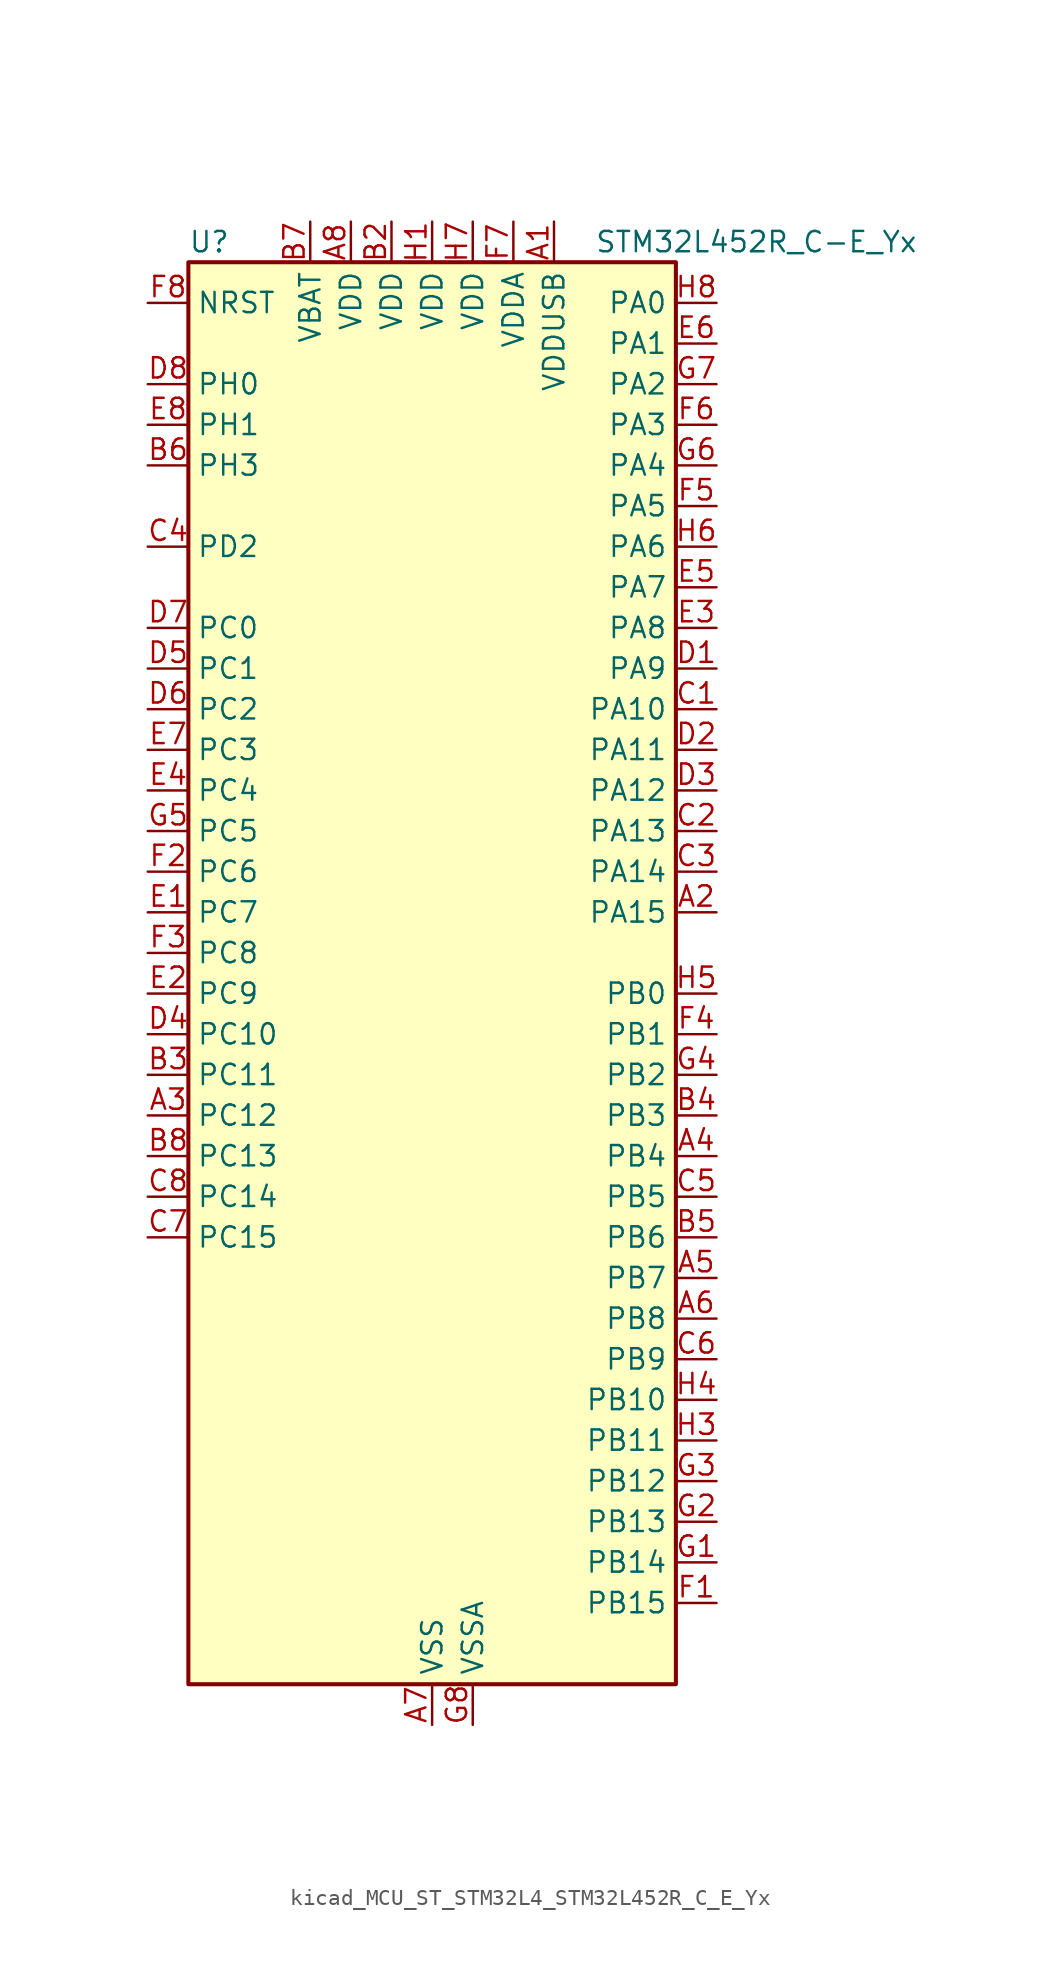
<source format=kicad_sym>
(kicad_symbol_lib
  (version 20220914)
  (generator kicad_symbol_editor)
  (symbol "kicad_MCU_ST_STM32L4_STM32L452R_C_E_Yx"
    (property "Reference" "U"
      (at -15.24 46.99 0)
      (effects (font (size 1.27 1.27)) (justify left)))
    (property "Value" "STM32L452R_C-E_Yx"
      (at 10.16 46.99 0)
      (effects (font (size 1.27 1.27)) (justify left)))
    (property "ki_locked" ""
      (at 0 0 0)
      (effects (font (size 1.27 1.27))))
    (symbol "kicad_MCU_ST_STM32L4_STM32L452R_C_E_Yx_0_1"
      (rectangle (start -15.24 -43.18) (end 15.24 45.72) (stroke (width 0.254) (type default)) (fill (type background))))
    (symbol "kicad_MCU_ST_STM32L4_STM32L452R_C_E_Yx_1_1"
      (pin power_in line (at 7.62 48.26 270) (length 2.54) (name "VDDUSB" (effects (font (size 1.27 1.27)))) (number "A1" (effects (font (size 1.27 1.27)))))
      (pin bidirectional line (at 17.78 5.08 180) (length 2.54) (name "PA15" (effects (font (size 1.27 1.27)))) (number "A2" (effects (font (size 1.27 1.27)))) (alternate "ADC1_EXTI15" bidirectional line) (alternate "SPI1_NSS" bidirectional line) (alternate "SPI3_NSS" bidirectional line) (alternate "SYS_JTDI" bidirectional line) (alternate "TIM2_CH1" bidirectional line) (alternate "TIM2_ETR" bidirectional line) (alternate "TSC_G3_IO1" bidirectional line) (alternate "UART4_DE" bidirectional line) (alternate "UART4_RTS" bidirectional line) (alternate "USART2_RX" bidirectional line) (alternate "USART3_DE" bidirectional line) (alternate "USART3_RTS" bidirectional line))
      (pin bidirectional line (at -17.78 -7.62 0) (length 2.54) (name "PC12" (effects (font (size 1.27 1.27)))) (number "A3" (effects (font (size 1.27 1.27)))) (alternate "SDMMC1_CK" bidirectional line) (alternate "SPI3_MOSI" bidirectional line) (alternate "SYS_TRACED3" bidirectional line) (alternate "TSC_G3_IO4" bidirectional line) (alternate "USART3_CK" bidirectional line))
      (pin bidirectional line (at 17.78 -10.16 180) (length 2.54) (name "PB4" (effects (font (size 1.27 1.27)))) (number "A4" (effects (font (size 1.27 1.27)))) (alternate "COMP2_INP" bidirectional line) (alternate "I2C3_SDA" bidirectional line) (alternate "SAI1_MCLK_B" bidirectional line) (alternate "SPI1_MISO" bidirectional line) (alternate "SPI3_MISO" bidirectional line) (alternate "SYS_JTRST" bidirectional line) (alternate "TIM3_CH1" bidirectional line) (alternate "TSC_G2_IO1" bidirectional line) (alternate "USART1_CTS" bidirectional line))
      (pin bidirectional line (at 17.78 -17.78 180) (length 2.54) (name "PB7" (effects (font (size 1.27 1.27)))) (number "A5" (effects (font (size 1.27 1.27)))) (alternate "COMP2_INM" bidirectional line) (alternate "I2C1_SDA" bidirectional line) (alternate "I2C4_SDA" bidirectional line) (alternate "LPTIM1_IN2" bidirectional line) (alternate "SYS_PVD_IN" bidirectional line) (alternate "TSC_G2_IO4" bidirectional line) (alternate "UART4_CTS" bidirectional line) (alternate "USART1_RX" bidirectional line))
      (pin bidirectional line (at 17.78 -20.32 180) (length 2.54) (name "PB8" (effects (font (size 1.27 1.27)))) (number "A6" (effects (font (size 1.27 1.27)))) (alternate "CAN1_RX" bidirectional line) (alternate "I2C1_SCL" bidirectional line) (alternate "SAI1_MCLK_A" bidirectional line) (alternate "SDMMC1_D4" bidirectional line) (alternate "TIM16_CH1" bidirectional line))
      (pin power_in line (at 0 -45.72 90) (length 2.54) (name "VSS" (effects (font (size 1.27 1.27)))) (number "A7" (effects (font (size 1.27 1.27)))))
      (pin power_in line (at -5.08 48.26 270) (length 2.54) (name "VDD" (effects (font (size 1.27 1.27)))) (number "A8" (effects (font (size 1.27 1.27)))))
      (pin passive line (at 0 -45.72 90) (length 2.54) hide (name "VSS" (effects (font (size 1.27 1.27)))) (number "B1" (effects (font (size 1.27 1.27)))))
      (pin power_in line (at -2.54 48.26 270) (length 2.54) (name "VDD" (effects (font (size 1.27 1.27)))) (number "B2" (effects (font (size 1.27 1.27)))))
      (pin bidirectional line (at -17.78 -5.08 0) (length 2.54) (name "PC11" (effects (font (size 1.27 1.27)))) (number "B3" (effects (font (size 1.27 1.27)))) (alternate "ADC1_EXTI11" bidirectional line) (alternate "SDMMC1_D3" bidirectional line) (alternate "SPI3_MISO" bidirectional line) (alternate "TSC_G3_IO3" bidirectional line) (alternate "UART4_RX" bidirectional line) (alternate "USART3_RX" bidirectional line))
      (pin bidirectional line (at 17.78 -7.62 180) (length 2.54) (name "PB3" (effects (font (size 1.27 1.27)))) (number "B4" (effects (font (size 1.27 1.27)))) (alternate "COMP2_INM" bidirectional line) (alternate "SAI1_SCK_B" bidirectional line) (alternate "SPI1_SCK" bidirectional line) (alternate "SPI3_SCK" bidirectional line) (alternate "SYS_JTDO-SWO" bidirectional line) (alternate "TIM2_CH2" bidirectional line) (alternate "USART1_DE" bidirectional line) (alternate "USART1_RTS" bidirectional line))
      (pin bidirectional line (at 17.78 -15.24 180) (length 2.54) (name "PB6" (effects (font (size 1.27 1.27)))) (number "B5" (effects (font (size 1.27 1.27)))) (alternate "CAN1_TX" bidirectional line) (alternate "COMP2_INP" bidirectional line) (alternate "I2C1_SCL" bidirectional line) (alternate "I2C4_SCL" bidirectional line) (alternate "LPTIM1_ETR" bidirectional line) (alternate "SAI1_FS_B" bidirectional line) (alternate "TIM16_CH1N" bidirectional line) (alternate "TSC_G2_IO3" bidirectional line) (alternate "USART1_TX" bidirectional line))
      (pin bidirectional line (at -17.78 33.02 0) (length 2.54) (name "PH3" (effects (font (size 1.27 1.27)))) (number "B6" (effects (font (size 1.27 1.27)))))
      (pin power_in line (at -7.62 48.26 270) (length 2.54) (name "VBAT" (effects (font (size 1.27 1.27)))) (number "B7" (effects (font (size 1.27 1.27)))))
      (pin bidirectional line (at -17.78 -10.16 0) (length 2.54) (name "PC13" (effects (font (size 1.27 1.27)))) (number "B8" (effects (font (size 1.27 1.27)))) (alternate "RTC_OUT_ALARM" bidirectional line) (alternate "RTC_OUT_CALIB" bidirectional line) (alternate "RTC_TAMP1" bidirectional line) (alternate "RTC_TS" bidirectional line) (alternate "SYS_WKUP2" bidirectional line))
      (pin bidirectional line (at 17.78 17.78 180) (length 2.54) (name "PA10" (effects (font (size 1.27 1.27)))) (number "C1" (effects (font (size 1.27 1.27)))) (alternate "CRS_SYNC" bidirectional line) (alternate "I2C1_SDA" bidirectional line) (alternate "SAI1_SD_A" bidirectional line) (alternate "TIM1_CH3" bidirectional line) (alternate "USART1_RX" bidirectional line))
      (pin bidirectional line (at 17.78 10.16 180) (length 2.54) (name "PA13" (effects (font (size 1.27 1.27)))) (number "C2" (effects (font (size 1.27 1.27)))) (alternate "IR_OUT" bidirectional line) (alternate "SAI1_SD_B" bidirectional line) (alternate "SYS_JTMS-SWDIO" bidirectional line) (alternate "USB_NOE" bidirectional line))
      (pin bidirectional line (at 17.78 7.62 180) (length 2.54) (name "PA14" (effects (font (size 1.27 1.27)))) (number "C3" (effects (font (size 1.27 1.27)))) (alternate "I2C1_SMBA" bidirectional line) (alternate "I2C4_SMBA" bidirectional line) (alternate "LPTIM1_OUT" bidirectional line) (alternate "SAI1_FS_B" bidirectional line) (alternate "SYS_JTCK-SWCLK" bidirectional line))
      (pin bidirectional line (at -17.78 27.94 0) (length 2.54) (name "PD2" (effects (font (size 1.27 1.27)))) (number "C4" (effects (font (size 1.27 1.27)))) (alternate "SDMMC1_CMD" bidirectional line) (alternate "SYS_TRACED2" bidirectional line) (alternate "TIM3_ETR" bidirectional line) (alternate "TSC_SYNC" bidirectional line) (alternate "USART3_DE" bidirectional line) (alternate "USART3_RTS" bidirectional line))
      (pin bidirectional line (at 17.78 -12.7 180) (length 2.54) (name "PB5" (effects (font (size 1.27 1.27)))) (number "C5" (effects (font (size 1.27 1.27)))) (alternate "CAN1_RX" bidirectional line) (alternate "COMP2_OUT" bidirectional line) (alternate "I2C1_SMBA" bidirectional line) (alternate "LPTIM1_IN1" bidirectional line) (alternate "SAI1_SD_B" bidirectional line) (alternate "SPI1_MOSI" bidirectional line) (alternate "SPI3_MOSI" bidirectional line) (alternate "TIM16_BKIN" bidirectional line) (alternate "TIM3_CH2" bidirectional line) (alternate "TSC_G2_IO2" bidirectional line) (alternate "USART1_CK" bidirectional line))
      (pin bidirectional line (at 17.78 -22.86 180) (length 2.54) (name "PB9" (effects (font (size 1.27 1.27)))) (number "C6" (effects (font (size 1.27 1.27)))) (alternate "CAN1_TX" bidirectional line) (alternate "DAC1_EXTI9" bidirectional line) (alternate "I2C1_SDA" bidirectional line) (alternate "IR_OUT" bidirectional line) (alternate "SAI1_FS_A" bidirectional line) (alternate "SDMMC1_D5" bidirectional line) (alternate "SPI2_NSS" bidirectional line))
      (pin bidirectional line (at -17.78 -15.24 0) (length 2.54) (name "PC15" (effects (font (size 1.27 1.27)))) (number "C7" (effects (font (size 1.27 1.27)))) (alternate "ADC1_EXTI15" bidirectional line) (alternate "RCC_OSC32_OUT" bidirectional line))
      (pin bidirectional line (at -17.78 -12.7 0) (length 2.54) (name "PC14" (effects (font (size 1.27 1.27)))) (number "C8" (effects (font (size 1.27 1.27)))) (alternate "RCC_OSC32_IN" bidirectional line))
      (pin bidirectional line (at 17.78 20.32 180) (length 2.54) (name "PA9" (effects (font (size 1.27 1.27)))) (number "D1" (effects (font (size 1.27 1.27)))) (alternate "DAC1_EXTI9" bidirectional line) (alternate "DFSDM1_DATIN1" bidirectional line) (alternate "I2C1_SCL" bidirectional line) (alternate "SAI1_FS_A" bidirectional line) (alternate "TIM15_BKIN" bidirectional line) (alternate "TIM1_CH2" bidirectional line) (alternate "USART1_TX" bidirectional line))
      (pin bidirectional line (at 17.78 15.24 180) (length 2.54) (name "PA11" (effects (font (size 1.27 1.27)))) (number "D2" (effects (font (size 1.27 1.27)))) (alternate "ADC1_EXTI11" bidirectional line) (alternate "CAN1_RX" bidirectional line) (alternate "COMP1_OUT" bidirectional line) (alternate "SPI1_MISO" bidirectional line) (alternate "TIM1_BKIN2" bidirectional line) (alternate "TIM1_BKIN2_COMP1" bidirectional line) (alternate "TIM1_CH4" bidirectional line) (alternate "USART1_CTS" bidirectional line) (alternate "USB_DM" bidirectional line))
      (pin bidirectional line (at 17.78 12.7 180) (length 2.54) (name "PA12" (effects (font (size 1.27 1.27)))) (number "D3" (effects (font (size 1.27 1.27)))) (alternate "CAN1_TX" bidirectional line) (alternate "SPI1_MOSI" bidirectional line) (alternate "TIM1_ETR" bidirectional line) (alternate "USART1_DE" bidirectional line) (alternate "USART1_RTS" bidirectional line) (alternate "USB_DP" bidirectional line))
      (pin bidirectional line (at -17.78 -2.54 0) (length 2.54) (name "PC10" (effects (font (size 1.27 1.27)))) (number "D4" (effects (font (size 1.27 1.27)))) (alternate "SDMMC1_D2" bidirectional line) (alternate "SPI3_SCK" bidirectional line) (alternate "SYS_TRACED1" bidirectional line) (alternate "TSC_G3_IO2" bidirectional line) (alternate "UART4_TX" bidirectional line) (alternate "USART3_TX" bidirectional line))
      (pin bidirectional line (at -17.78 20.32 0) (length 2.54) (name "PC1" (effects (font (size 1.27 1.27)))) (number "D5" (effects (font (size 1.27 1.27)))) (alternate "ADC1_IN2" bidirectional line) (alternate "I2C3_SDA" bidirectional line) (alternate "I2C4_SDA" bidirectional line) (alternate "LPTIM1_OUT" bidirectional line) (alternate "LPUART1_TX" bidirectional line) (alternate "SYS_TRACED0" bidirectional line))
      (pin bidirectional line (at -17.78 17.78 0) (length 2.54) (name "PC2" (effects (font (size 1.27 1.27)))) (number "D6" (effects (font (size 1.27 1.27)))) (alternate "ADC1_IN3" bidirectional line) (alternate "DFSDM1_CKOUT" bidirectional line) (alternate "LPTIM1_IN2" bidirectional line) (alternate "SPI2_MISO" bidirectional line))
      (pin bidirectional line (at -17.78 22.86 0) (length 2.54) (name "PC0" (effects (font (size 1.27 1.27)))) (number "D7" (effects (font (size 1.27 1.27)))) (alternate "ADC1_IN1" bidirectional line) (alternate "I2C3_SCL" bidirectional line) (alternate "I2C4_SCL" bidirectional line) (alternate "LPTIM1_IN1" bidirectional line) (alternate "LPTIM2_IN1" bidirectional line) (alternate "LPUART1_RX" bidirectional line))
      (pin bidirectional line (at -17.78 38.1 0) (length 2.54) (name "PH0" (effects (font (size 1.27 1.27)))) (number "D8" (effects (font (size 1.27 1.27)))) (alternate "RCC_OSC_IN" bidirectional line))
      (pin bidirectional line (at -17.78 5.08 0) (length 2.54) (name "PC7" (effects (font (size 1.27 1.27)))) (number "E1" (effects (font (size 1.27 1.27)))) (alternate "DFSDM1_DATIN3" bidirectional line) (alternate "SDMMC1_D7" bidirectional line) (alternate "TIM3_CH2" bidirectional line) (alternate "TSC_G4_IO2" bidirectional line))
      (pin bidirectional line (at -17.78 0 0) (length 2.54) (name "PC9" (effects (font (size 1.27 1.27)))) (number "E2" (effects (font (size 1.27 1.27)))) (alternate "DAC1_EXTI9" bidirectional line) (alternate "SDMMC1_D1" bidirectional line) (alternate "TIM3_CH4" bidirectional line) (alternate "TSC_G4_IO4" bidirectional line) (alternate "USB_NOE" bidirectional line))
      (pin bidirectional line (at 17.78 22.86 180) (length 2.54) (name "PA8" (effects (font (size 1.27 1.27)))) (number "E3" (effects (font (size 1.27 1.27)))) (alternate "DFSDM1_CKIN1" bidirectional line) (alternate "LPTIM2_OUT" bidirectional line) (alternate "RCC_MCO" bidirectional line) (alternate "SAI1_SCK_A" bidirectional line) (alternate "TIM1_CH1" bidirectional line) (alternate "USART1_CK" bidirectional line))
      (pin bidirectional line (at -17.78 12.7 0) (length 2.54) (name "PC4" (effects (font (size 1.27 1.27)))) (number "E4" (effects (font (size 1.27 1.27)))) (alternate "ADC1_IN13" bidirectional line) (alternate "COMP1_INM" bidirectional line) (alternate "USART3_TX" bidirectional line))
      (pin bidirectional line (at 17.78 25.4 180) (length 2.54) (name "PA7" (effects (font (size 1.27 1.27)))) (number "E5" (effects (font (size 1.27 1.27)))) (alternate "ADC1_IN12" bidirectional line) (alternate "COMP2_OUT" bidirectional line) (alternate "DFSDM1_DATIN0" bidirectional line) (alternate "I2C3_SCL" bidirectional line) (alternate "QUADSPI_BK1_IO2" bidirectional line) (alternate "SPI1_MOSI" bidirectional line) (alternate "TIM1_CH1N" bidirectional line) (alternate "TIM3_CH2" bidirectional line))
      (pin bidirectional line (at 17.78 40.64 180) (length 2.54) (name "PA1" (effects (font (size 1.27 1.27)))) (number "E6" (effects (font (size 1.27 1.27)))) (alternate "ADC1_IN6" bidirectional line) (alternate "COMP1_INP" bidirectional line) (alternate "I2C1_SMBA" bidirectional line) (alternate "OPAMP1_VINM" bidirectional line) (alternate "SPI1_SCK" bidirectional line) (alternate "TIM15_CH1N" bidirectional line) (alternate "TIM2_CH2" bidirectional line) (alternate "UART4_RX" bidirectional line) (alternate "USART2_DE" bidirectional line) (alternate "USART2_RTS" bidirectional line))
      (pin bidirectional line (at -17.78 15.24 0) (length 2.54) (name "PC3" (effects (font (size 1.27 1.27)))) (number "E7" (effects (font (size 1.27 1.27)))) (alternate "ADC1_IN4" bidirectional line) (alternate "LPTIM1_ETR" bidirectional line) (alternate "LPTIM2_ETR" bidirectional line) (alternate "SAI1_SD_A" bidirectional line) (alternate "SPI2_MOSI" bidirectional line))
      (pin bidirectional line (at -17.78 35.56 0) (length 2.54) (name "PH1" (effects (font (size 1.27 1.27)))) (number "E8" (effects (font (size 1.27 1.27)))) (alternate "RCC_OSC_OUT" bidirectional line))
      (pin bidirectional line (at 17.78 -38.1 180) (length 2.54) (name "PB15" (effects (font (size 1.27 1.27)))) (number "F1" (effects (font (size 1.27 1.27)))) (alternate "ADC1_EXTI15" bidirectional line) (alternate "DFSDM1_CKIN2" bidirectional line) (alternate "RTC_REFIN" bidirectional line) (alternate "SAI1_SD_A" bidirectional line) (alternate "SPI2_MOSI" bidirectional line) (alternate "TIM15_CH2" bidirectional line) (alternate "TIM1_CH3N" bidirectional line) (alternate "TSC_G1_IO4" bidirectional line))
      (pin bidirectional line (at -17.78 7.62 0) (length 2.54) (name "PC6" (effects (font (size 1.27 1.27)))) (number "F2" (effects (font (size 1.27 1.27)))) (alternate "DFSDM1_CKIN3" bidirectional line) (alternate "SDMMC1_D6" bidirectional line) (alternate "TIM3_CH1" bidirectional line) (alternate "TSC_G4_IO1" bidirectional line))
      (pin bidirectional line (at -17.78 2.54 0) (length 2.54) (name "PC8" (effects (font (size 1.27 1.27)))) (number "F3" (effects (font (size 1.27 1.27)))) (alternate "SDMMC1_D0" bidirectional line) (alternate "TIM3_CH3" bidirectional line) (alternate "TSC_G4_IO3" bidirectional line))
      (pin bidirectional line (at 17.78 -2.54 180) (length 2.54) (name "PB1" (effects (font (size 1.27 1.27)))) (number "F4" (effects (font (size 1.27 1.27)))) (alternate "ADC1_IN16" bidirectional line) (alternate "COMP1_INM" bidirectional line) (alternate "DFSDM1_DATIN0" bidirectional line) (alternate "LPTIM2_IN1" bidirectional line) (alternate "LPUART1_DE" bidirectional line) (alternate "LPUART1_RTS" bidirectional line) (alternate "QUADSPI_BK1_IO0" bidirectional line) (alternate "TIM1_CH3N" bidirectional line) (alternate "TIM3_CH4" bidirectional line) (alternate "USART3_DE" bidirectional line) (alternate "USART3_RTS" bidirectional line))
      (pin bidirectional line (at 17.78 30.48 180) (length 2.54) (name "PA5" (effects (font (size 1.27 1.27)))) (number "F5" (effects (font (size 1.27 1.27)))) (alternate "ADC1_IN10" bidirectional line) (alternate "COMP1_INM" bidirectional line) (alternate "COMP2_INM" bidirectional line) (alternate "DFSDM1_CKOUT" bidirectional line) (alternate "LPTIM2_ETR" bidirectional line) (alternate "SPI1_SCK" bidirectional line) (alternate "TIM2_CH1" bidirectional line) (alternate "TIM2_ETR" bidirectional line))
      (pin bidirectional line (at 17.78 35.56 180) (length 2.54) (name "PA3" (effects (font (size 1.27 1.27)))) (number "F6" (effects (font (size 1.27 1.27)))) (alternate "ADC1_IN8" bidirectional line) (alternate "COMP2_INP" bidirectional line) (alternate "LPUART1_RX" bidirectional line) (alternate "OPAMP1_VOUT" bidirectional line) (alternate "QUADSPI_CLK" bidirectional line) (alternate "SAI1_MCLK_A" bidirectional line) (alternate "TIM15_CH2" bidirectional line) (alternate "TIM2_CH4" bidirectional line) (alternate "USART2_RX" bidirectional line))
      (pin power_in line (at 5.08 48.26 270) (length 2.54) (name "VDDA" (effects (font (size 1.27 1.27)))) (number "F7" (effects (font (size 1.27 1.27)))))
      (pin input line (at -17.78 43.18 0) (length 2.54) (name "NRST" (effects (font (size 1.27 1.27)))) (number "F8" (effects (font (size 1.27 1.27)))))
      (pin bidirectional line (at 17.78 -35.56 180) (length 2.54) (name "PB14" (effects (font (size 1.27 1.27)))) (number "G1" (effects (font (size 1.27 1.27)))) (alternate "DFSDM1_DATIN2" bidirectional line) (alternate "I2C2_SDA" bidirectional line) (alternate "SAI1_MCLK_A" bidirectional line) (alternate "SPI2_MISO" bidirectional line) (alternate "TIM15_CH1" bidirectional line) (alternate "TIM1_CH2N" bidirectional line) (alternate "TSC_G1_IO3" bidirectional line) (alternate "USART3_DE" bidirectional line) (alternate "USART3_RTS" bidirectional line))
      (pin bidirectional line (at 17.78 -33.02 180) (length 2.54) (name "PB13" (effects (font (size 1.27 1.27)))) (number "G2" (effects (font (size 1.27 1.27)))) (alternate "CAN1_TX" bidirectional line) (alternate "DFSDM1_CKIN1" bidirectional line) (alternate "I2C2_SCL" bidirectional line) (alternate "LPUART1_CTS" bidirectional line) (alternate "SAI1_SCK_A" bidirectional line) (alternate "SPI2_SCK" bidirectional line) (alternate "TIM15_CH1N" bidirectional line) (alternate "TIM1_CH1N" bidirectional line) (alternate "TSC_G1_IO2" bidirectional line) (alternate "USART3_CTS" bidirectional line))
      (pin bidirectional line (at 17.78 -30.48 180) (length 2.54) (name "PB12" (effects (font (size 1.27 1.27)))) (number "G3" (effects (font (size 1.27 1.27)))) (alternate "CAN1_RX" bidirectional line) (alternate "DFSDM1_DATIN1" bidirectional line) (alternate "I2C2_SMBA" bidirectional line) (alternate "LPUART1_DE" bidirectional line) (alternate "LPUART1_RTS" bidirectional line) (alternate "SAI1_FS_A" bidirectional line) (alternate "SPI2_NSS" bidirectional line) (alternate "TIM15_BKIN" bidirectional line) (alternate "TIM1_BKIN" bidirectional line) (alternate "TIM1_BKIN_COMP2" bidirectional line) (alternate "TSC_G1_IO1" bidirectional line) (alternate "USART3_CK" bidirectional line))
      (pin bidirectional line (at 17.78 -5.08 180) (length 2.54) (name "PB2" (effects (font (size 1.27 1.27)))) (number "G4" (effects (font (size 1.27 1.27)))) (alternate "COMP1_INP" bidirectional line) (alternate "DFSDM1_CKIN0" bidirectional line) (alternate "I2C3_SMBA" bidirectional line) (alternate "LPTIM1_OUT" bidirectional line) (alternate "RTC_OUT_ALARM" bidirectional line) (alternate "RTC_OUT_CALIB" bidirectional line))
      (pin bidirectional line (at -17.78 10.16 0) (length 2.54) (name "PC5" (effects (font (size 1.27 1.27)))) (number "G5" (effects (font (size 1.27 1.27)))) (alternate "ADC1_IN14" bidirectional line) (alternate "COMP1_INP" bidirectional line) (alternate "SYS_WKUP5" bidirectional line) (alternate "USART3_RX" bidirectional line))
      (pin bidirectional line (at 17.78 33.02 180) (length 2.54) (name "PA4" (effects (font (size 1.27 1.27)))) (number "G6" (effects (font (size 1.27 1.27)))) (alternate "ADC1_IN9" bidirectional line) (alternate "COMP1_INM" bidirectional line) (alternate "COMP2_INM" bidirectional line) (alternate "DAC1_OUT1" bidirectional line) (alternate "LPTIM2_OUT" bidirectional line) (alternate "SAI1_FS_B" bidirectional line) (alternate "SPI1_NSS" bidirectional line) (alternate "SPI3_NSS" bidirectional line) (alternate "USART2_CK" bidirectional line))
      (pin bidirectional line (at 17.78 38.1 180) (length 2.54) (name "PA2" (effects (font (size 1.27 1.27)))) (number "G7" (effects (font (size 1.27 1.27)))) (alternate "ADC1_IN7" bidirectional line) (alternate "COMP2_INM" bidirectional line) (alternate "COMP2_OUT" bidirectional line) (alternate "LPUART1_TX" bidirectional line) (alternate "QUADSPI_BK1_NCS" bidirectional line) (alternate "RCC_LSCO" bidirectional line) (alternate "SYS_WKUP4" bidirectional line) (alternate "TIM15_CH1" bidirectional line) (alternate "TIM2_CH3" bidirectional line) (alternate "USART2_TX" bidirectional line))
      (pin power_in line (at 2.54 -45.72 90) (length 2.54) (name "VSSA" (effects (font (size 1.27 1.27)))) (number "G8" (effects (font (size 1.27 1.27)))))
      (pin power_in line (at 0 48.26 270) (length 2.54) (name "VDD" (effects (font (size 1.27 1.27)))) (number "H1" (effects (font (size 1.27 1.27)))))
      (pin passive line (at 0 -45.72 90) (length 2.54) hide (name "VSS" (effects (font (size 1.27 1.27)))) (number "H2" (effects (font (size 1.27 1.27)))))
      (pin bidirectional line (at 17.78 -27.94 180) (length 2.54) (name "PB11" (effects (font (size 1.27 1.27)))) (number "H3" (effects (font (size 1.27 1.27)))) (alternate "ADC1_EXTI11" bidirectional line) (alternate "COMP2_OUT" bidirectional line) (alternate "I2C2_SDA" bidirectional line) (alternate "I2C4_SDA" bidirectional line) (alternate "LPUART1_TX" bidirectional line) (alternate "QUADSPI_BK1_NCS" bidirectional line) (alternate "TIM2_CH4" bidirectional line) (alternate "USART3_RX" bidirectional line))
      (pin bidirectional line (at 17.78 -25.4 180) (length 2.54) (name "PB10" (effects (font (size 1.27 1.27)))) (number "H4" (effects (font (size 1.27 1.27)))) (alternate "COMP1_OUT" bidirectional line) (alternate "I2C2_SCL" bidirectional line) (alternate "I2C4_SCL" bidirectional line) (alternate "LPUART1_RX" bidirectional line) (alternate "QUADSPI_CLK" bidirectional line) (alternate "SAI1_SCK_A" bidirectional line) (alternate "SPI2_SCK" bidirectional line) (alternate "TIM2_CH3" bidirectional line) (alternate "TSC_SYNC" bidirectional line) (alternate "USART3_TX" bidirectional line))
      (pin bidirectional line (at 17.78 0 180) (length 2.54) (name "PB0" (effects (font (size 1.27 1.27)))) (number "H5" (effects (font (size 1.27 1.27)))) (alternate "ADC1_IN15" bidirectional line) (alternate "COMP1_OUT" bidirectional line) (alternate "DFSDM1_CKIN0" bidirectional line) (alternate "QUADSPI_BK1_IO1" bidirectional line) (alternate "SAI1_EXTCLK" bidirectional line) (alternate "SPI1_NSS" bidirectional line) (alternate "TIM1_CH2N" bidirectional line) (alternate "TIM3_CH3" bidirectional line) (alternate "USART3_CK" bidirectional line))
      (pin bidirectional line (at 17.78 27.94 180) (length 2.54) (name "PA6" (effects (font (size 1.27 1.27)))) (number "H6" (effects (font (size 1.27 1.27)))) (alternate "ADC1_IN11" bidirectional line) (alternate "COMP1_OUT" bidirectional line) (alternate "LPUART1_CTS" bidirectional line) (alternate "QUADSPI_BK1_IO3" bidirectional line) (alternate "SPI1_MISO" bidirectional line) (alternate "TIM16_CH1" bidirectional line) (alternate "TIM1_BKIN" bidirectional line) (alternate "TIM1_BKIN_COMP2" bidirectional line) (alternate "TIM3_CH1" bidirectional line) (alternate "USART3_CTS" bidirectional line))
      (pin power_in line (at 2.54 48.26 270) (length 2.54) (name "VDD" (effects (font (size 1.27 1.27)))) (number "H7" (effects (font (size 1.27 1.27)))))
      (pin bidirectional line (at 17.78 43.18 180) (length 2.54) (name "PA0" (effects (font (size 1.27 1.27)))) (number "H8" (effects (font (size 1.27 1.27)))) (alternate "ADC1_IN5" bidirectional line) (alternate "COMP1_INM" bidirectional line) (alternate "COMP1_OUT" bidirectional line) (alternate "OPAMP1_VINP" bidirectional line) (alternate "RTC_TAMP2" bidirectional line) (alternate "SAI1_EXTCLK" bidirectional line) (alternate "SYS_WKUP1" bidirectional line) (alternate "TIM2_CH1" bidirectional line) (alternate "TIM2_ETR" bidirectional line) (alternate "UART4_TX" bidirectional line) (alternate "USART2_CTS" bidirectional line)))))
</source>
